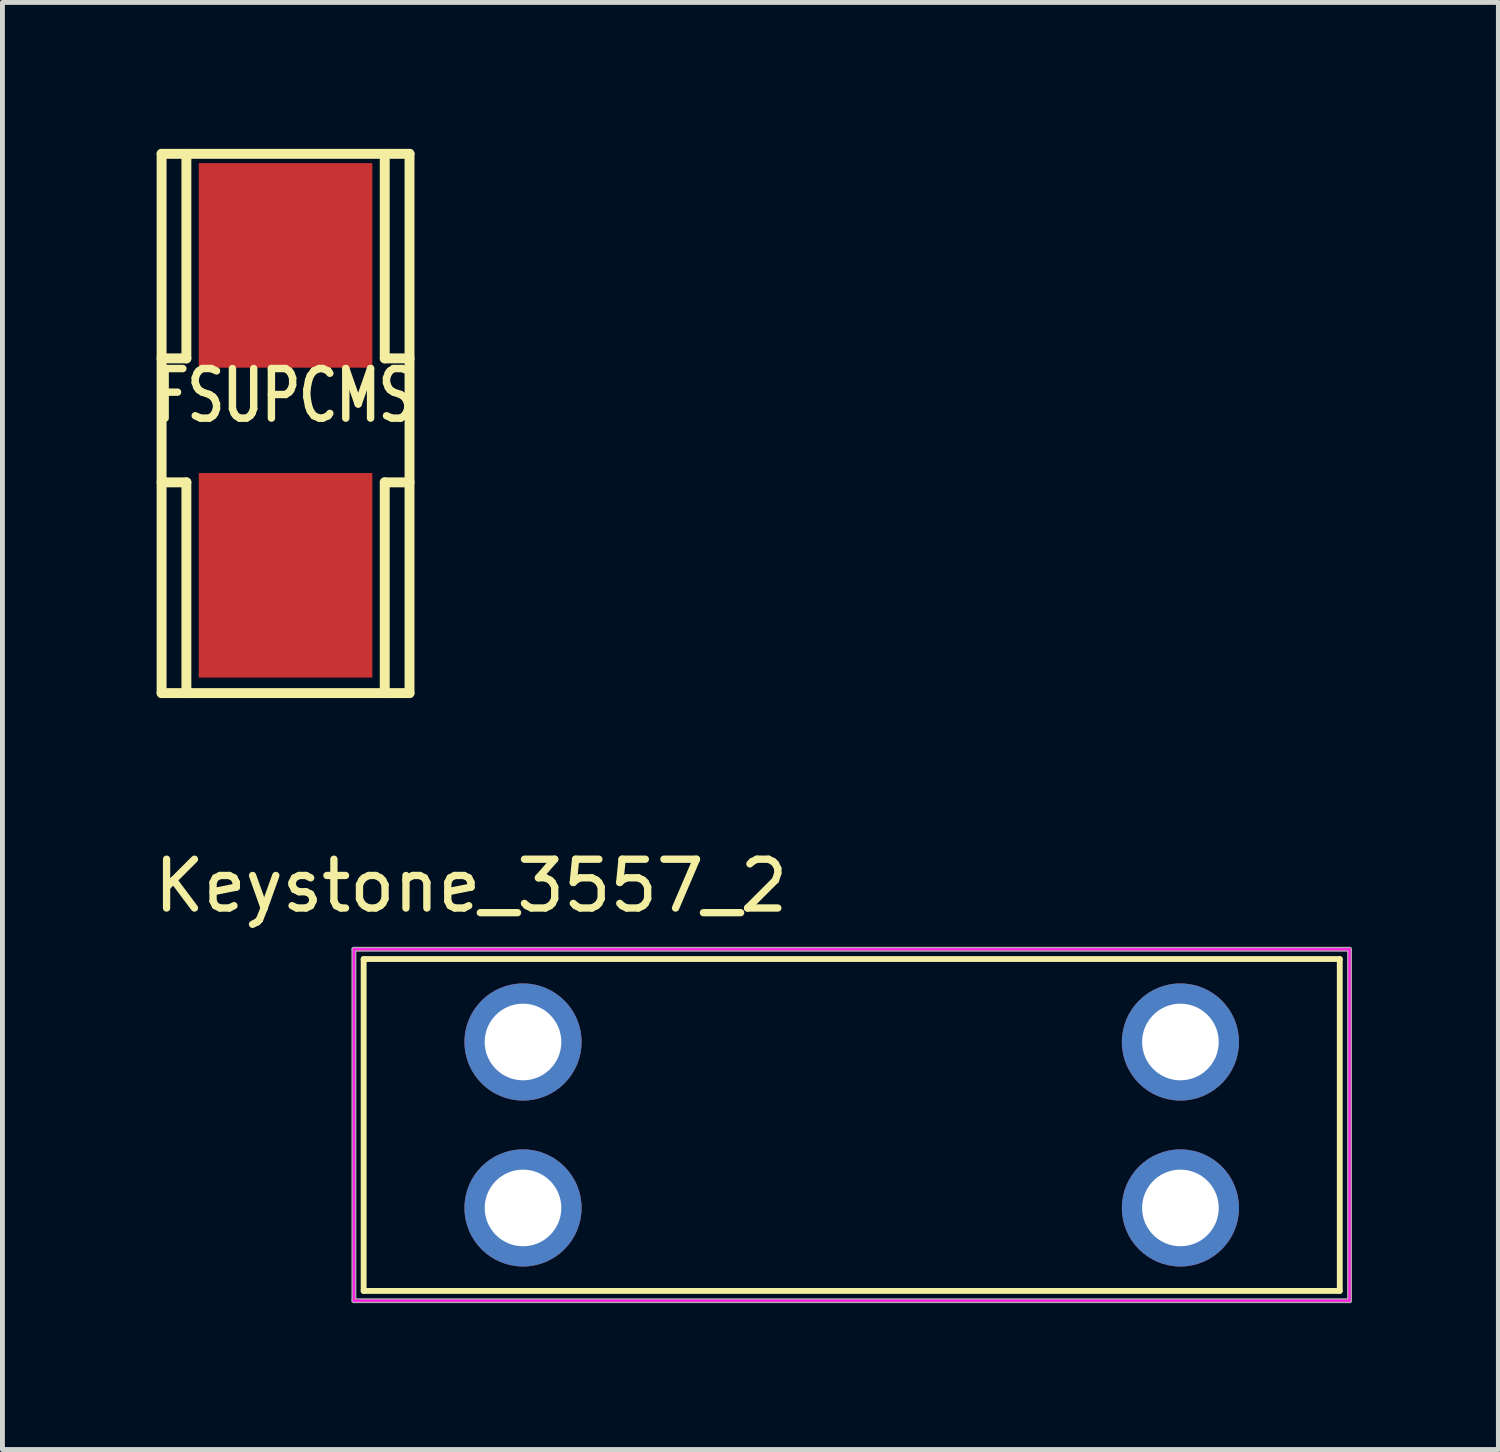
<source format=kicad_pcb>
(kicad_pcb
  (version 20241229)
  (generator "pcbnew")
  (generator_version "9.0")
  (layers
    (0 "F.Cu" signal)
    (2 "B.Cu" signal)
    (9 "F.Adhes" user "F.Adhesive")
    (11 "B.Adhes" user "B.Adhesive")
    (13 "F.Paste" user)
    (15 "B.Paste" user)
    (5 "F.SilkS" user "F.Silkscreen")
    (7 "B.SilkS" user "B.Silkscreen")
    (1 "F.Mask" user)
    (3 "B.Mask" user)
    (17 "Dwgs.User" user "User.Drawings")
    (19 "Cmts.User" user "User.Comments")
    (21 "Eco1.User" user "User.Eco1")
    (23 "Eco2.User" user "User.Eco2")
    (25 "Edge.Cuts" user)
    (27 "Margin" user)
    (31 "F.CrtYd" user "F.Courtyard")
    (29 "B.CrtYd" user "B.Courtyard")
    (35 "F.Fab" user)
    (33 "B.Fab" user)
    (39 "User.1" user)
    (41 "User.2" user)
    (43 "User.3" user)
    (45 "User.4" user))
  (footprint "Keystone_3557_2"
    (layer "F.Cu")
    (at 14.401 20)
    (property "Reference" "Keystone_3557_2" (at -7.8 -4.9 0) (layer "F.SilkS") (effects (font (size 1 1) (thickness 0.15))))
    (attr through_hole)
    (fp_line (start -10 -3.4) (end -10 3.4) (stroke (width 0.12) (type solid)) (layer "F.SilkS"))
    (fp_line (start -10 -3.4) (end 10 -3.4) (stroke (width 0.12) (type solid)) (layer "F.SilkS"))
    (fp_line (start 10 3.4) (end -10 3.4) (stroke (width 0.12) (type solid)) (layer "F.SilkS"))
    (fp_line (start 10 3.4) (end 10 -3.4) (stroke (width 0.12) (type solid)) (layer "F.SilkS"))
    (fp_line (start -10.2 -3.6) (end -10.2 3.6) (stroke (width 0.05) (type solid)) (layer "F.CrtYd"))
    (fp_line (start -10.2 -3.6) (end 10.2 -3.6) (stroke (width 0.05) (type solid)) (layer "F.CrtYd"))
    (fp_line (start 10.2 3.6) (end -10.2 3.6) (stroke (width 0.05) (type solid)) (layer "F.CrtYd"))
    (fp_line (start 10.2 3.6) (end 10.2 -3.6) (stroke (width 0.05) (type solid)) (layer "F.CrtYd"))
    (fp_line (start -10.2 -3.6) (end 10.2 -3.6) (stroke (width 0.1) (type solid)) (layer "F.Fab"))
    (fp_line (start -10.2 3.6) (end -10.2 -3.6) (stroke (width 0.1) (type solid)) (layer "F.Fab"))
    (fp_line (start 10.2 -3.6) (end 10.2 3.6) (stroke (width 0.1) (type solid)) (layer "F.Fab"))
    (fp_line (start 10.2 3.6) (end -10.2 3.6) (stroke (width 0.1) (type solid)) (layer "F.Fab"))
    (pad "1" thru_hole circle (at -6.735 -1.7) (size 2.4 2.4) (drill 1.57) (layers "*.Cu" "*.Mask"))
    (pad "1" thru_hole circle (at -6.735 1.7) (size 2.4 2.4) (drill 1.57) (layers "*.Cu" "*.Mask"))
    (pad "2" thru_hole circle (at 6.735 -1.7) (size 2.4 2.4) (drill 1.57) (layers "*.Cu" "*.Mask"))
    (pad "2" thru_hole circle (at 6.735 1.7) (size 2.4 2.4) (drill 1.57) (layers "*.Cu" "*.Mask")))
  (footprint "FSUPCMS"
    (layer "F.Cu")
    (at 2.801 5.563)
    (property "Reference" "FSUPCMS" (at 0 -0.508 0) (layer "F.SilkS") (effects (font (size 1.016 0.762) (thickness 0.152))))
    (attr smd)
    (fp_line (start -2.54 -5.461) (end -2.54 5.588) (stroke (width 0.203) (type solid)) (layer "F.SilkS"))
    (fp_line (start -2.54 -5.461) (end 2.54 -5.461) (stroke (width 0.203) (type solid)) (layer "F.SilkS"))
    (fp_line (start -2.032 -5.461) (end -2.032 -1.27) (stroke (width 0.203) (type solid)) (layer "F.SilkS"))
    (fp_line (start -2.032 -1.27) (end -2.54 -1.27) (stroke (width 0.203) (type solid)) (layer "F.SilkS"))
    (fp_line (start -2.032 1.27) (end -2.54 1.27) (stroke (width 0.203) (type solid)) (layer "F.SilkS"))
    (fp_line (start -2.032 5.588) (end -2.032 1.27) (stroke (width 0.203) (type solid)) (layer "F.SilkS"))
    (fp_line (start 2.032 -5.461) (end 2.032 -1.27) (stroke (width 0.203) (type solid)) (layer "F.SilkS"))
    (fp_line (start 2.032 -1.27) (end 2.54 -1.27) (stroke (width 0.203) (type solid)) (layer "F.SilkS"))
    (fp_line (start 2.032 1.27) (end 2.54 1.27) (stroke (width 0.203) (type solid)) (layer "F.SilkS"))
    (fp_line (start 2.032 5.588) (end 2.032 1.27) (stroke (width 0.203) (type solid)) (layer "F.SilkS"))
    (fp_line (start 2.54 5.588) (end -2.54 5.588) (stroke (width 0.203) (type solid)) (layer "F.SilkS"))
    (fp_line (start 2.54 5.588) (end 2.54 -5.461) (stroke (width 0.203) (type solid)) (layer "F.SilkS"))
    (pad "1" smd rect (at 0 -3.175) (size 3.556 4.191) (layers "F.Cu" "F.Mask" "F.Paste"))
    (pad "2" smd rect (at 0 3.175) (size 3.556 4.191) (layers "F.Cu" "F.Mask" "F.Paste")))
  (gr_rect
    (start -3 -3)
    (end 27.651 26.65)
    (stroke (width 0.1) (type default))
    (fill no)
    (layer "Edge.Cuts")))
</source>
